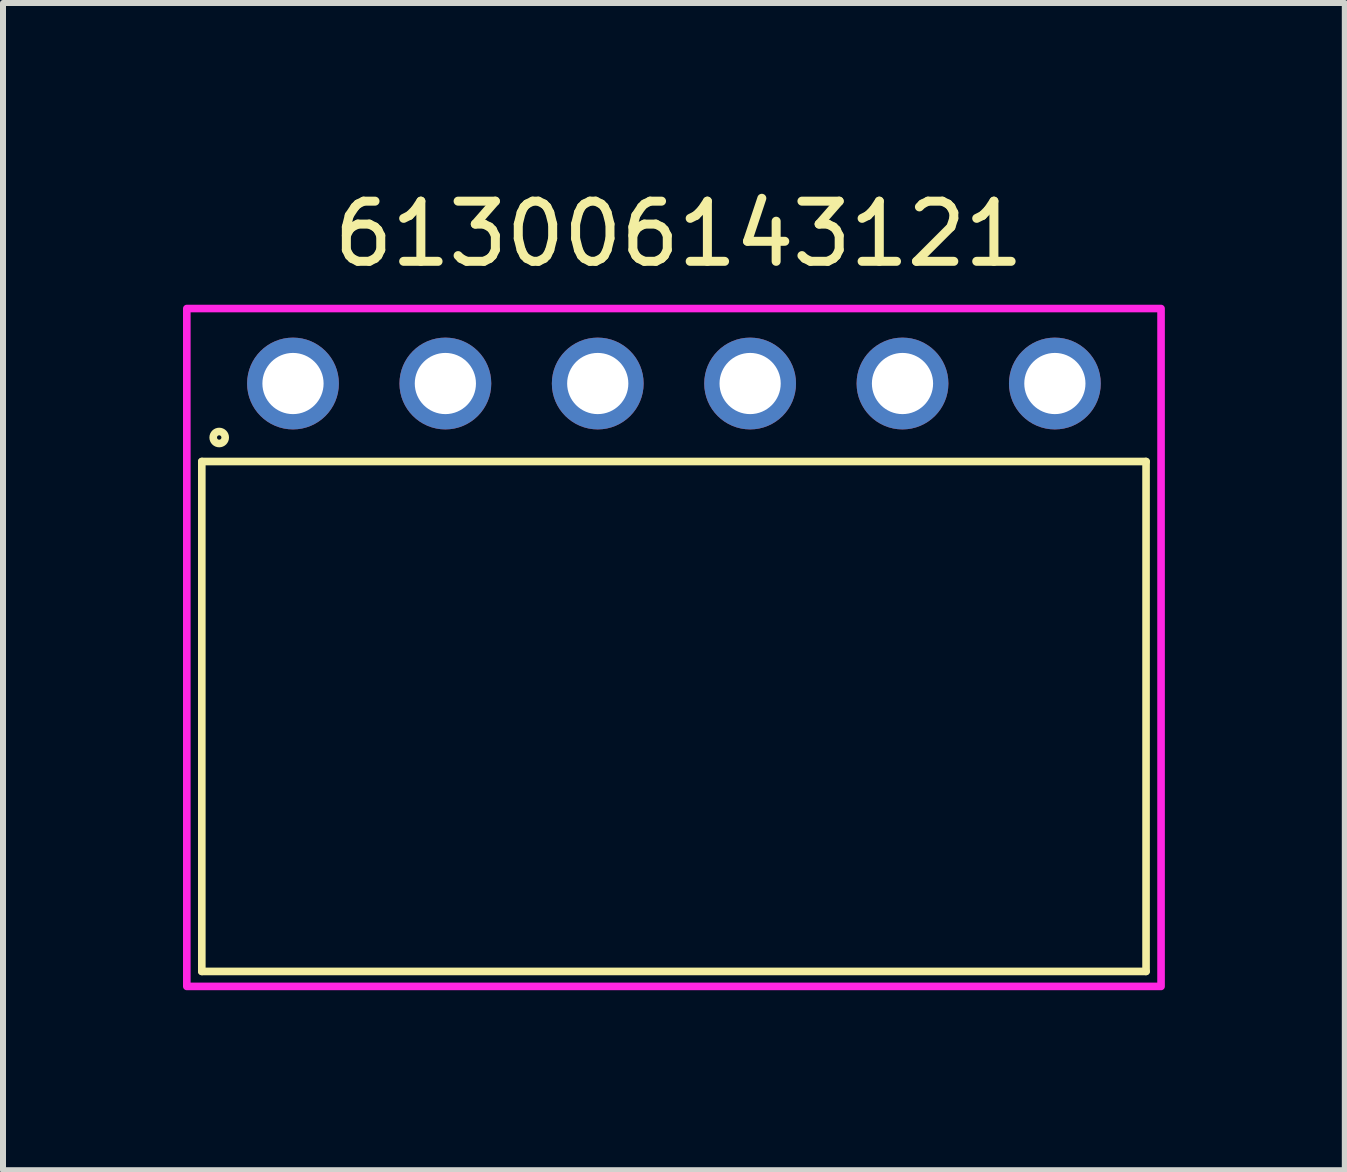
<source format=kicad_pcb>
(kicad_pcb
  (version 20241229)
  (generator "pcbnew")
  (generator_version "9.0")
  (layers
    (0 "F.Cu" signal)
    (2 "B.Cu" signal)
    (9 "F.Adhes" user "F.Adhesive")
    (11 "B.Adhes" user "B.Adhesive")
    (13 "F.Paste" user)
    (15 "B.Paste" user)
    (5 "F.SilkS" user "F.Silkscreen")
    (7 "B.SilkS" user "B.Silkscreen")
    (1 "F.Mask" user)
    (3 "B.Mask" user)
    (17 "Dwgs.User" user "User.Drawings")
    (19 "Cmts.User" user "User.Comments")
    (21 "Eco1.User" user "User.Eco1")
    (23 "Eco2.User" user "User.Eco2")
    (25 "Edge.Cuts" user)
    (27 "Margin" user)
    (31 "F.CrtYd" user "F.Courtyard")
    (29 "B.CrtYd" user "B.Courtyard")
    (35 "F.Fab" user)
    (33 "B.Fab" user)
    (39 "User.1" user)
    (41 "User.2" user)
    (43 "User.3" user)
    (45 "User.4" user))
  (footprint "613006143121"
    (layer "F.Cu")
    (at 8.184 3.343)
    (property "Reference" "613006143121" (at 0.08 -2.493 0) (layer "F.SilkS") (effects (font (size 1.003 1.003) (thickness 0.15))))
    (attr through_hole)
    (fp_line (start -7.87 9.8) (end -7.87 1.3) (stroke (width 0.127) (type solid)) (layer "F.SilkS"))
    (fp_line (start 7.87 1.3) (end -7.87 1.3) (stroke (width 0.127) (type solid)) (layer "F.SilkS"))
    (fp_line (start 7.87 9.8) (end -7.87 9.8) (stroke (width 0.127) (type solid)) (layer "F.SilkS"))
    (fp_line (start 7.87 9.8) (end 7.87 1.3) (stroke (width 0.127) (type solid)) (layer "F.SilkS"))
    (fp_circle (center -7.58 0.9) (end -7.48 0.9) (stroke (width 0.127) (type solid)) (fill no) (layer "F.SilkS"))
    (fp_poly (pts (xy 8.12 10.05) (xy -8.12 10.05) (xy -8.12 -1.25) (xy 8.12 -1.25)) (stroke (width 0.127) (type solid)) (fill no) (layer "F.CrtYd"))
    (pad "1" thru_hole circle (at -6.35 0) (size 1.53 1.53) (drill 1.02) (layers "*.Cu" "*.Mask"))
    (pad "2" thru_hole circle (at -3.81 0) (size 1.53 1.53) (drill 1.02) (layers "*.Cu" "*.Mask"))
    (pad "3" thru_hole circle (at -1.27 0) (size 1.53 1.53) (drill 1.02) (layers "*.Cu" "*.Mask"))
    (pad "4" thru_hole circle (at 1.27 0) (size 1.53 1.53) (drill 1.02) (layers "*.Cu" "*.Mask"))
    (pad "5" thru_hole circle (at 3.81 0) (size 1.53 1.53) (drill 1.02) (layers "*.Cu" "*.Mask"))
    (pad "6" thru_hole circle (at 6.35 0) (size 1.53 1.53) (drill 1.02) (layers "*.Cu" "*.Mask")))
  (gr_rect
    (start -3 -3)
    (end 19.367 16.456)
    (stroke (width 0.1) (type default))
    (fill no)
    (layer "Edge.Cuts")))
</source>
